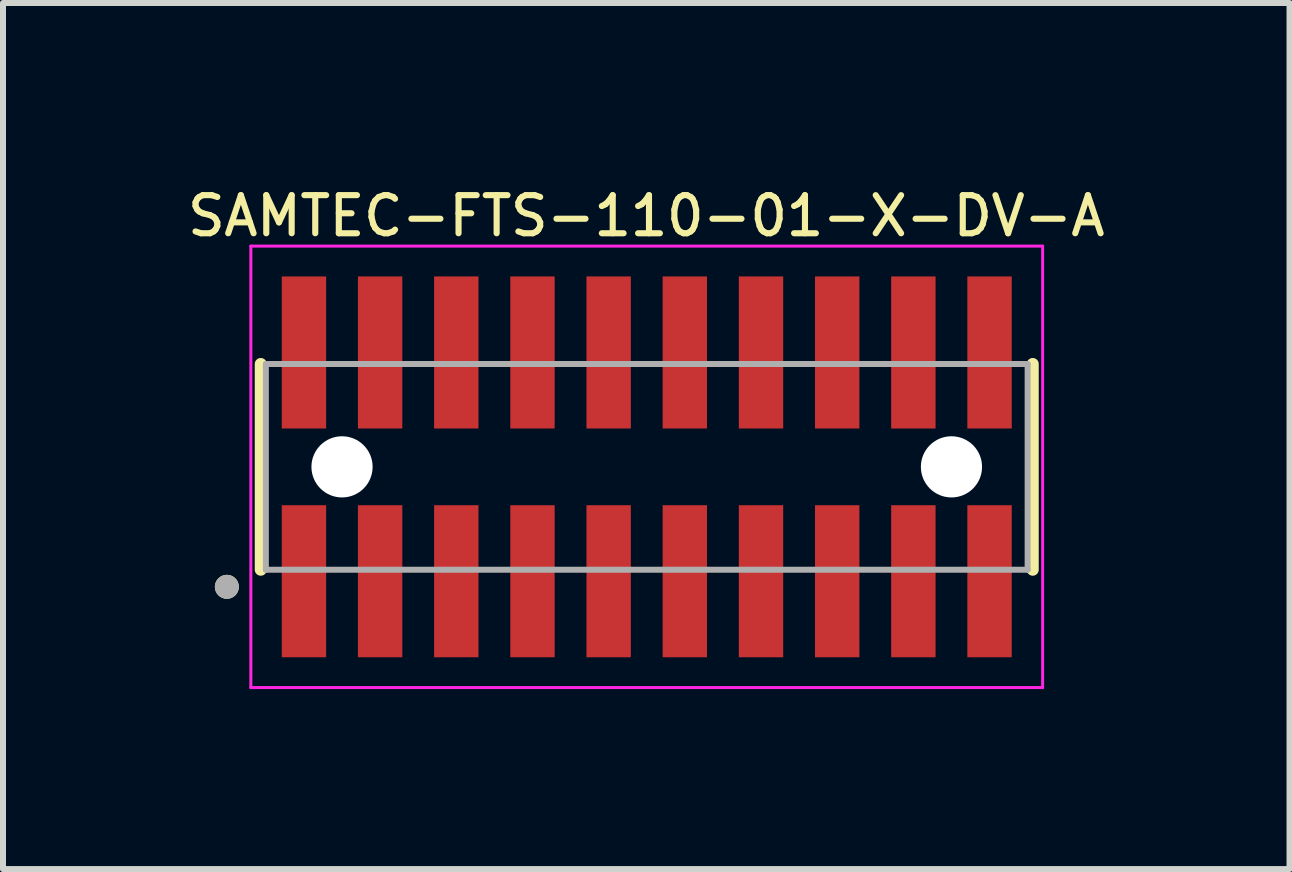
<source format=kicad_pcb>
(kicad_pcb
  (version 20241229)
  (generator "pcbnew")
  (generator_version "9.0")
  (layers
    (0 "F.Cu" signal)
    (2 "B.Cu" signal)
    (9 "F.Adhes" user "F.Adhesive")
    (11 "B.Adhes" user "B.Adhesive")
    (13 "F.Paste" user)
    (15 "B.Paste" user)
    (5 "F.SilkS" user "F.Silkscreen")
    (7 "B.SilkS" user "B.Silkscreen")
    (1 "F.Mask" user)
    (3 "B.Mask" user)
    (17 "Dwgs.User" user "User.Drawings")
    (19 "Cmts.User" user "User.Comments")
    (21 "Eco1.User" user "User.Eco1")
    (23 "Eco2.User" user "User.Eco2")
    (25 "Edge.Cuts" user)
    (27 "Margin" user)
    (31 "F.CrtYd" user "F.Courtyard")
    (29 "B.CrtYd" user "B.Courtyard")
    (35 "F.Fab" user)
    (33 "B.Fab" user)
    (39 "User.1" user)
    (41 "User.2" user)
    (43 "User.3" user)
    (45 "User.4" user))
  (footprint "SAMTEC-FTS-110-01-X-DV-A"
    (layer "F.Cu")
    (at 7.724 4.741)
    (property "Reference" "SAMTEC-FTS-110-01-X-DV-A" (at 0 -4.191 180) (layer "F.SilkS") (effects (font (size 0.635 0.635) (thickness 0.102))))
    (attr through_hole)
    (fp_line (start -6.427 -1.723) (end -6.427 1.707) (stroke (width 0.2) (type solid)) (layer "F.SilkS"))
    (fp_line (start 6.443 -1.723) (end 6.443 1.707) (stroke (width 0.2) (type solid)) (layer "F.SilkS"))
    (fp_circle (center -6.992 1.992) (end -6.892 1.992) (stroke (width 0.2) (type solid)) (fill no) (layer "F.SilkS"))
    (fp_line (start -6.592 -3.688) (end 6.608 -3.688) (stroke (width 0.05) (type solid)) (layer "F.CrtYd"))
    (fp_line (start -6.592 3.672) (end -6.592 -3.688) (stroke (width 0.05) (type solid)) (layer "F.CrtYd"))
    (fp_line (start 6.608 -3.688) (end 6.608 3.672) (stroke (width 0.05) (type solid)) (layer "F.CrtYd"))
    (fp_line (start 6.608 3.672) (end -6.592 3.672) (stroke (width 0.05) (type solid)) (layer "F.CrtYd"))
    (fp_line (start -6.342 -1.723) (end 6.358 -1.723) (stroke (width 0.1) (type solid)) (layer "F.Fab"))
    (fp_line (start -6.342 1.707) (end -6.342 -1.723) (stroke (width 0.1) (type solid)) (layer "F.Fab"))
    (fp_line (start 6.358 -1.723) (end 6.358 1.707) (stroke (width 0.1) (type solid)) (layer "F.Fab"))
    (fp_line (start 6.358 1.707) (end -6.342 1.707) (stroke (width 0.1) (type solid)) (layer "F.Fab"))
    (fp_circle (center -6.992 1.992) (end -6.892 1.992) (stroke (width 0.2) (type solid)) (fill no) (layer "F.Fab"))
    (pad "" np_thru_hole circle (at -5.072 -0.008) (size 1.02 1.02) (drill 1.02) (layers "*.Cu" "*.Mask"))
    (pad "" np_thru_hole circle (at 5.088 -0.008) (size 1.02 1.02) (drill 1.02) (layers "*.Cu" "*.Mask"))
    (pad "1" smd rect (at -5.707 1.899) (size 0.74 2.535) (layers "F.Cu" "F.Mask" "F.Paste"))
    (pad "2" smd rect (at -5.707 -1.915) (size 0.74 2.535) (layers "F.Cu" "F.Mask" "F.Paste"))
    (pad "3" smd rect (at -4.437 1.899) (size 0.74 2.535) (layers "F.Cu" "F.Mask" "F.Paste"))
    (pad "4" smd rect (at -4.437 -1.915) (size 0.74 2.535) (layers "F.Cu" "F.Mask" "F.Paste"))
    (pad "5" smd rect (at -3.167 1.899) (size 0.74 2.535) (layers "F.Cu" "F.Mask" "F.Paste"))
    (pad "6" smd rect (at -3.167 -1.915) (size 0.74 2.535) (layers "F.Cu" "F.Mask" "F.Paste"))
    (pad "7" smd rect (at -1.897 1.899) (size 0.74 2.535) (layers "F.Cu" "F.Mask" "F.Paste"))
    (pad "8" smd rect (at -1.897 -1.915) (size 0.74 2.535) (layers "F.Cu" "F.Mask" "F.Paste"))
    (pad "9" smd rect (at -0.627 1.899) (size 0.74 2.535) (layers "F.Cu" "F.Mask" "F.Paste"))
    (pad "10" smd rect (at -0.627 -1.915) (size 0.74 2.535) (layers "F.Cu" "F.Mask" "F.Paste"))
    (pad "11" smd rect (at 0.643 1.899) (size 0.74 2.535) (layers "F.Cu" "F.Mask" "F.Paste"))
    (pad "12" smd rect (at 0.643 -1.915) (size 0.74 2.535) (layers "F.Cu" "F.Mask" "F.Paste"))
    (pad "13" smd rect (at 1.913 1.899) (size 0.74 2.535) (layers "F.Cu" "F.Mask" "F.Paste"))
    (pad "14" smd rect (at 1.913 -1.915) (size 0.74 2.535) (layers "F.Cu" "F.Mask" "F.Paste"))
    (pad "15" smd rect (at 3.183 1.899) (size 0.74 2.535) (layers "F.Cu" "F.Mask" "F.Paste"))
    (pad "16" smd rect (at 3.183 -1.915) (size 0.74 2.535) (layers "F.Cu" "F.Mask" "F.Paste"))
    (pad "17" smd rect (at 4.453 1.899) (size 0.74 2.535) (layers "F.Cu" "F.Mask" "F.Paste"))
    (pad "18" smd rect (at 4.453 -1.915) (size 0.74 2.535) (layers "F.Cu" "F.Mask" "F.Paste"))
    (pad "19" smd rect (at 5.723 1.899) (size 0.74 2.535) (layers "F.Cu" "F.Mask" "F.Paste"))
    (pad "20" smd rect (at 5.723 -1.915) (size 0.74 2.535) (layers "F.Cu" "F.Mask" "F.Paste")))
  (gr_rect
    (start -3 -3)
    (end 18.448 11.438)
    (stroke (width 0.1) (type default))
    (fill no)
    (layer "Edge.Cuts")))
</source>
